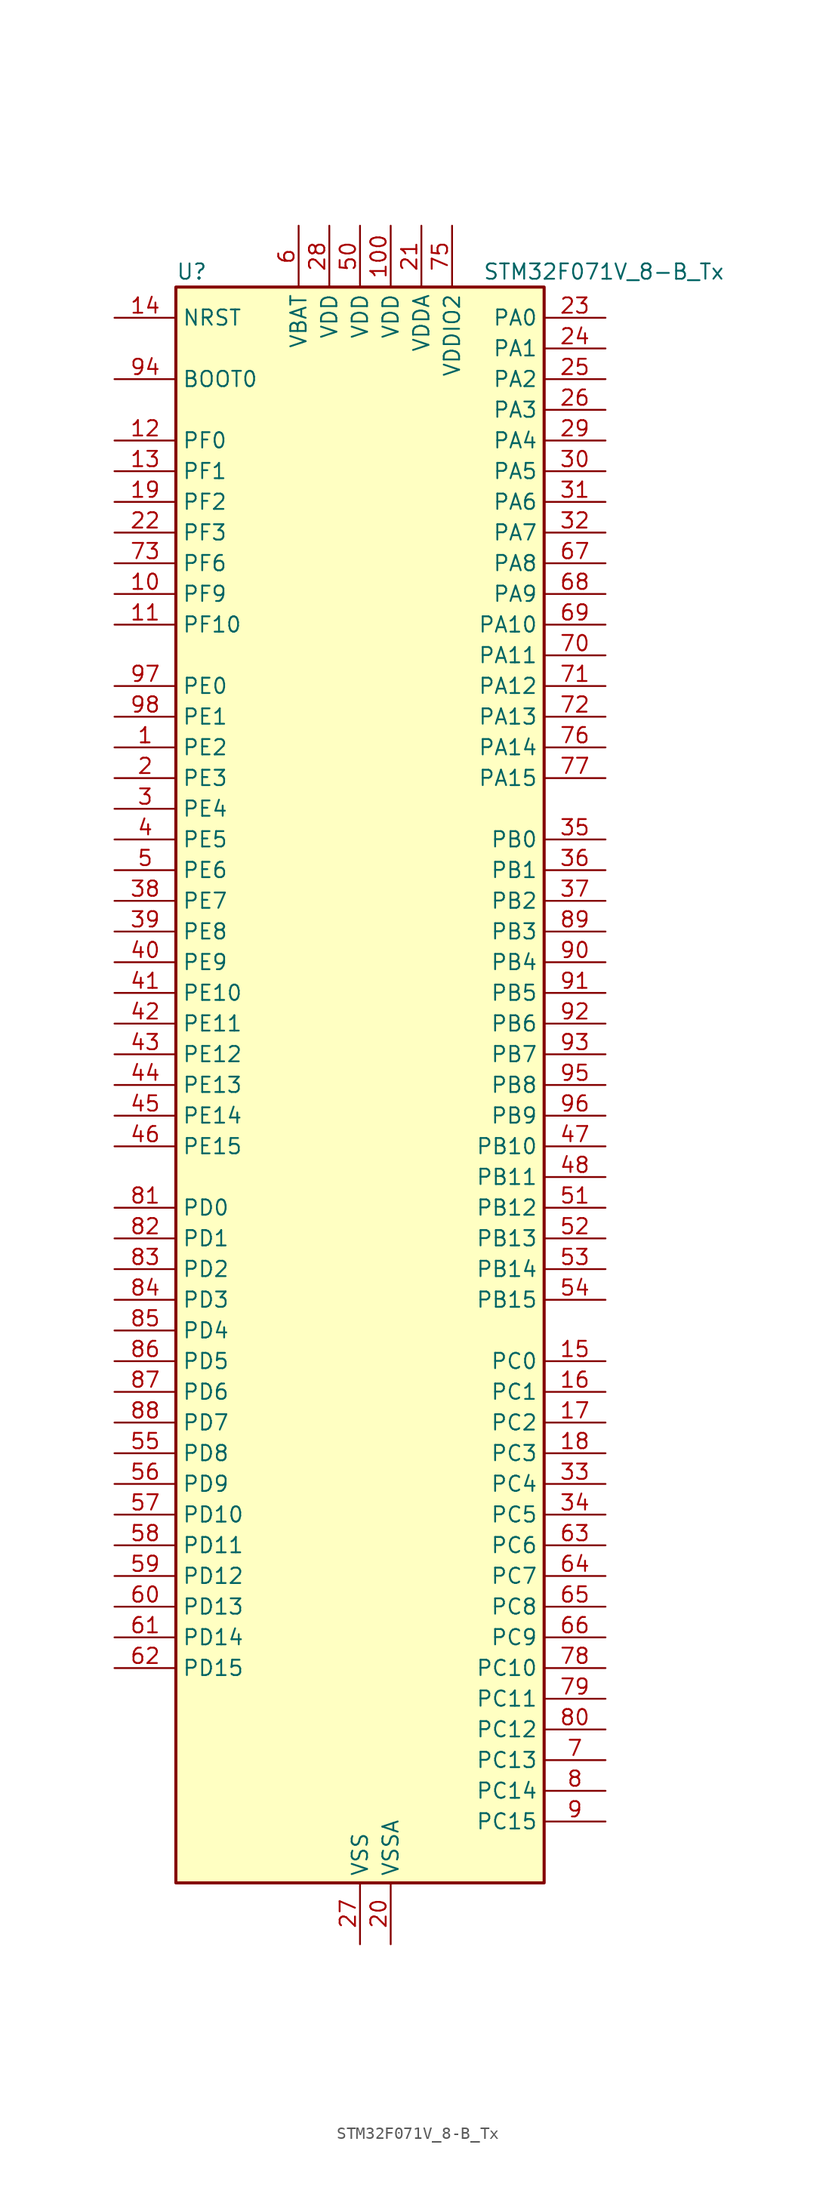
<source format=kicad_sym>
(kicad_symbol_lib
  (version 20231120)
  (generator "kicad_symbol_editor")
  (generator_version "8.0")
  (symbol "STM32F071V_8-B_Tx"
    (property "Reference" "U"
      (at -15.24 67.31 0)
      (effects (font (size 1.27 1.27)) (justify left)))
    (property "Value" "STM32F071V_8-B_Tx"
      (at 10.16 67.31 0)
      (effects (font (size 1.27 1.27)) (justify left)))
    (property "ki_locked" ""
      (at 0 0 0)
      (effects (font (size 1.27 1.27))))
    (symbol "STM32F071V_8-B_Tx_0_1"
      (rectangle (start -15.24 -66.04) (end 15.24 66.04) (stroke (width 0.254) (type default)) (fill (type background))))
    (symbol "STM32F071V_8-B_Tx_1_1"
      (pin bidirectional line (at -20.32 27.94 0) (length 5.08) (name "PE2" (effects (font (size 1.27 1.27)))) (number "1" (effects (font (size 1.27 1.27)))) (alternate "TIM3_ETR" bidirectional line) (alternate "TSC_G7_IO1" bidirectional line))
      (pin bidirectional line (at -20.32 40.64 0) (length 5.08) (name "PF9" (effects (font (size 1.27 1.27)))) (number "10" (effects (font (size 1.27 1.27)))) (alternate "DAC_EXTI9" bidirectional line) (alternate "TIM15_CH1" bidirectional line))
      (pin power_in line (at 2.54 71.12 270) (length 5.08) (name "VDD" (effects (font (size 1.27 1.27)))) (number "100" (effects (font (size 1.27 1.27)))))
      (pin bidirectional line (at -20.32 38.1 0) (length 5.08) (name "PF10" (effects (font (size 1.27 1.27)))) (number "11" (effects (font (size 1.27 1.27)))) (alternate "TIM15_CH2" bidirectional line))
      (pin bidirectional line (at -20.32 53.34 0) (length 5.08) (name "PF0" (effects (font (size 1.27 1.27)))) (number "12" (effects (font (size 1.27 1.27)))) (alternate "CRS_SYNC" bidirectional line) (alternate "RCC_OSC_IN" bidirectional line))
      (pin bidirectional line (at -20.32 50.8 0) (length 5.08) (name "PF1" (effects (font (size 1.27 1.27)))) (number "13" (effects (font (size 1.27 1.27)))) (alternate "RCC_OSC_OUT" bidirectional line))
      (pin input line (at -20.32 63.5 0) (length 5.08) (name "NRST" (effects (font (size 1.27 1.27)))) (number "14" (effects (font (size 1.27 1.27)))))
      (pin bidirectional line (at 20.32 -22.86 180) (length 5.08) (name "PC0" (effects (font (size 1.27 1.27)))) (number "15" (effects (font (size 1.27 1.27)))) (alternate "ADC_IN10" bidirectional line))
      (pin bidirectional line (at 20.32 -25.4 180) (length 5.08) (name "PC1" (effects (font (size 1.27 1.27)))) (number "16" (effects (font (size 1.27 1.27)))) (alternate "ADC_IN11" bidirectional line))
      (pin bidirectional line (at 20.32 -27.94 180) (length 5.08) (name "PC2" (effects (font (size 1.27 1.27)))) (number "17" (effects (font (size 1.27 1.27)))) (alternate "ADC_IN12" bidirectional line) (alternate "I2S2_MCK" bidirectional line) (alternate "SPI2_MISO" bidirectional line))
      (pin bidirectional line (at 20.32 -30.48 180) (length 5.08) (name "PC3" (effects (font (size 1.27 1.27)))) (number "18" (effects (font (size 1.27 1.27)))) (alternate "ADC_IN13" bidirectional line) (alternate "I2S2_SD" bidirectional line) (alternate "SPI2_MOSI" bidirectional line))
      (pin bidirectional line (at -20.32 48.26 0) (length 5.08) (name "PF2" (effects (font (size 1.27 1.27)))) (number "19" (effects (font (size 1.27 1.27)))) (alternate "SYS_WKUP8" bidirectional line))
      (pin bidirectional line (at -20.32 25.4 0) (length 5.08) (name "PE3" (effects (font (size 1.27 1.27)))) (number "2" (effects (font (size 1.27 1.27)))) (alternate "TIM3_CH1" bidirectional line) (alternate "TSC_G7_IO2" bidirectional line))
      (pin power_in line (at 2.54 -71.12 90) (length 5.08) (name "VSSA" (effects (font (size 1.27 1.27)))) (number "20" (effects (font (size 1.27 1.27)))))
      (pin power_in line (at 5.08 71.12 270) (length 5.08) (name "VDDA" (effects (font (size 1.27 1.27)))) (number "21" (effects (font (size 1.27 1.27)))))
      (pin bidirectional line (at -20.32 45.72 0) (length 5.08) (name "PF3" (effects (font (size 1.27 1.27)))) (number "22" (effects (font (size 1.27 1.27)))))
      (pin bidirectional line (at 20.32 63.5 180) (length 5.08) (name "PA0" (effects (font (size 1.27 1.27)))) (number "23" (effects (font (size 1.27 1.27)))) (alternate "ADC_IN0" bidirectional line) (alternate "COMP1_INM" bidirectional line) (alternate "COMP1_OUT" bidirectional line) (alternate "RTC_TAMP2" bidirectional line) (alternate "SYS_WKUP1" bidirectional line) (alternate "TIM2_CH1" bidirectional line) (alternate "TIM2_ETR" bidirectional line) (alternate "TSC_G1_IO1" bidirectional line) (alternate "USART2_CTS" bidirectional line) (alternate "USART4_TX" bidirectional line))
      (pin bidirectional line (at 20.32 60.96 180) (length 5.08) (name "PA1" (effects (font (size 1.27 1.27)))) (number "24" (effects (font (size 1.27 1.27)))) (alternate "ADC_IN1" bidirectional line) (alternate "COMP1_INP" bidirectional line) (alternate "TIM15_CH1N" bidirectional line) (alternate "TIM2_CH2" bidirectional line) (alternate "TSC_G1_IO2" bidirectional line) (alternate "USART2_DE" bidirectional line) (alternate "USART2_RTS" bidirectional line) (alternate "USART4_RX" bidirectional line))
      (pin bidirectional line (at 20.32 58.42 180) (length 5.08) (name "PA2" (effects (font (size 1.27 1.27)))) (number "25" (effects (font (size 1.27 1.27)))) (alternate "ADC_IN2" bidirectional line) (alternate "COMP2_INM" bidirectional line) (alternate "COMP2_OUT" bidirectional line) (alternate "SYS_WKUP4" bidirectional line) (alternate "TIM15_CH1" bidirectional line) (alternate "TIM2_CH3" bidirectional line) (alternate "TSC_G1_IO3" bidirectional line) (alternate "USART2_TX" bidirectional line))
      (pin bidirectional line (at 20.32 55.88 180) (length 5.08) (name "PA3" (effects (font (size 1.27 1.27)))) (number "26" (effects (font (size 1.27 1.27)))) (alternate "ADC_IN3" bidirectional line) (alternate "COMP2_INP" bidirectional line) (alternate "TIM15_CH2" bidirectional line) (alternate "TIM2_CH4" bidirectional line) (alternate "TSC_G1_IO4" bidirectional line) (alternate "USART2_RX" bidirectional line))
      (pin power_in line (at 0 -71.12 90) (length 5.08) (name "VSS" (effects (font (size 1.27 1.27)))) (number "27" (effects (font (size 1.27 1.27)))))
      (pin power_in line (at -2.54 71.12 270) (length 5.08) (name "VDD" (effects (font (size 1.27 1.27)))) (number "28" (effects (font (size 1.27 1.27)))))
      (pin bidirectional line (at 20.32 53.34 180) (length 5.08) (name "PA4" (effects (font (size 1.27 1.27)))) (number "29" (effects (font (size 1.27 1.27)))) (alternate "ADC_IN4" bidirectional line) (alternate "COMP1_INM" bidirectional line) (alternate "COMP2_INM" bidirectional line) (alternate "DAC_OUT1" bidirectional line) (alternate "I2S1_WS" bidirectional line) (alternate "SPI1_NSS" bidirectional line) (alternate "TIM14_CH1" bidirectional line) (alternate "TSC_G2_IO1" bidirectional line) (alternate "USART2_CK" bidirectional line))
      (pin bidirectional line (at -20.32 22.86 0) (length 5.08) (name "PE4" (effects (font (size 1.27 1.27)))) (number "3" (effects (font (size 1.27 1.27)))) (alternate "TIM3_CH2" bidirectional line) (alternate "TSC_G7_IO3" bidirectional line))
      (pin bidirectional line (at 20.32 50.8 180) (length 5.08) (name "PA5" (effects (font (size 1.27 1.27)))) (number "30" (effects (font (size 1.27 1.27)))) (alternate "ADC_IN5" bidirectional line) (alternate "CEC" bidirectional line) (alternate "COMP1_INM" bidirectional line) (alternate "COMP2_INM" bidirectional line) (alternate "DAC_OUT2" bidirectional line) (alternate "I2S1_CK" bidirectional line) (alternate "SPI1_SCK" bidirectional line) (alternate "TIM2_CH1" bidirectional line) (alternate "TIM2_ETR" bidirectional line) (alternate "TSC_G2_IO2" bidirectional line))
      (pin bidirectional line (at 20.32 48.26 180) (length 5.08) (name "PA6" (effects (font (size 1.27 1.27)))) (number "31" (effects (font (size 1.27 1.27)))) (alternate "ADC_IN6" bidirectional line) (alternate "COMP1_OUT" bidirectional line) (alternate "I2S1_MCK" bidirectional line) (alternate "SPI1_MISO" bidirectional line) (alternate "TIM16_CH1" bidirectional line) (alternate "TIM1_BKIN" bidirectional line) (alternate "TIM3_CH1" bidirectional line) (alternate "TSC_G2_IO3" bidirectional line) (alternate "USART3_CTS" bidirectional line))
      (pin bidirectional line (at 20.32 45.72 180) (length 5.08) (name "PA7" (effects (font (size 1.27 1.27)))) (number "32" (effects (font (size 1.27 1.27)))) (alternate "ADC_IN7" bidirectional line) (alternate "COMP2_OUT" bidirectional line) (alternate "I2S1_SD" bidirectional line) (alternate "SPI1_MOSI" bidirectional line) (alternate "TIM14_CH1" bidirectional line) (alternate "TIM17_CH1" bidirectional line) (alternate "TIM1_CH1N" bidirectional line) (alternate "TIM3_CH2" bidirectional line) (alternate "TSC_G2_IO4" bidirectional line))
      (pin bidirectional line (at 20.32 -33.02 180) (length 5.08) (name "PC4" (effects (font (size 1.27 1.27)))) (number "33" (effects (font (size 1.27 1.27)))) (alternate "ADC_IN14" bidirectional line) (alternate "USART3_TX" bidirectional line))
      (pin bidirectional line (at 20.32 -35.56 180) (length 5.08) (name "PC5" (effects (font (size 1.27 1.27)))) (number "34" (effects (font (size 1.27 1.27)))) (alternate "ADC_IN15" bidirectional line) (alternate "SYS_WKUP5" bidirectional line) (alternate "TSC_G3_IO1" bidirectional line) (alternate "USART3_RX" bidirectional line))
      (pin bidirectional line (at 20.32 20.32 180) (length 5.08) (name "PB0" (effects (font (size 1.27 1.27)))) (number "35" (effects (font (size 1.27 1.27)))) (alternate "ADC_IN8" bidirectional line) (alternate "TIM1_CH2N" bidirectional line) (alternate "TIM3_CH3" bidirectional line) (alternate "TSC_G3_IO2" bidirectional line) (alternate "USART3_CK" bidirectional line))
      (pin bidirectional line (at 20.32 17.78 180) (length 5.08) (name "PB1" (effects (font (size 1.27 1.27)))) (number "36" (effects (font (size 1.27 1.27)))) (alternate "ADC_IN9" bidirectional line) (alternate "TIM14_CH1" bidirectional line) (alternate "TIM1_CH3N" bidirectional line) (alternate "TIM3_CH4" bidirectional line) (alternate "TSC_G3_IO3" bidirectional line) (alternate "USART3_DE" bidirectional line) (alternate "USART3_RTS" bidirectional line))
      (pin bidirectional line (at 20.32 15.24 180) (length 5.08) (name "PB2" (effects (font (size 1.27 1.27)))) (number "37" (effects (font (size 1.27 1.27)))) (alternate "TSC_G3_IO4" bidirectional line))
      (pin bidirectional line (at -20.32 15.24 0) (length 5.08) (name "PE7" (effects (font (size 1.27 1.27)))) (number "38" (effects (font (size 1.27 1.27)))) (alternate "TIM1_ETR" bidirectional line))
      (pin bidirectional line (at -20.32 12.7 0) (length 5.08) (name "PE8" (effects (font (size 1.27 1.27)))) (number "39" (effects (font (size 1.27 1.27)))) (alternate "TIM1_CH1N" bidirectional line))
      (pin bidirectional line (at -20.32 20.32 0) (length 5.08) (name "PE5" (effects (font (size 1.27 1.27)))) (number "4" (effects (font (size 1.27 1.27)))) (alternate "TIM3_CH3" bidirectional line) (alternate "TSC_G7_IO4" bidirectional line))
      (pin bidirectional line (at -20.32 10.16 0) (length 5.08) (name "PE9" (effects (font (size 1.27 1.27)))) (number "40" (effects (font (size 1.27 1.27)))) (alternate "DAC_EXTI9" bidirectional line) (alternate "TIM1_CH1" bidirectional line))
      (pin bidirectional line (at -20.32 7.62 0) (length 5.08) (name "PE10" (effects (font (size 1.27 1.27)))) (number "41" (effects (font (size 1.27 1.27)))) (alternate "TIM1_CH2N" bidirectional line))
      (pin bidirectional line (at -20.32 5.08 0) (length 5.08) (name "PE11" (effects (font (size 1.27 1.27)))) (number "42" (effects (font (size 1.27 1.27)))) (alternate "TIM1_CH2" bidirectional line))
      (pin bidirectional line (at -20.32 2.54 0) (length 5.08) (name "PE12" (effects (font (size 1.27 1.27)))) (number "43" (effects (font (size 1.27 1.27)))) (alternate "I2S1_WS" bidirectional line) (alternate "SPI1_NSS" bidirectional line) (alternate "TIM1_CH3N" bidirectional line))
      (pin bidirectional line (at -20.32 0 0) (length 5.08) (name "PE13" (effects (font (size 1.27 1.27)))) (number "44" (effects (font (size 1.27 1.27)))) (alternate "I2S1_CK" bidirectional line) (alternate "SPI1_SCK" bidirectional line) (alternate "TIM1_CH3" bidirectional line))
      (pin bidirectional line (at -20.32 -2.54 0) (length 5.08) (name "PE14" (effects (font (size 1.27 1.27)))) (number "45" (effects (font (size 1.27 1.27)))) (alternate "I2S1_MCK" bidirectional line) (alternate "SPI1_MISO" bidirectional line) (alternate "TIM1_CH4" bidirectional line))
      (pin bidirectional line (at -20.32 -5.08 0) (length 5.08) (name "PE15" (effects (font (size 1.27 1.27)))) (number "46" (effects (font (size 1.27 1.27)))) (alternate "I2S1_SD" bidirectional line) (alternate "SPI1_MOSI" bidirectional line) (alternate "TIM1_BKIN" bidirectional line))
      (pin bidirectional line (at 20.32 -5.08 180) (length 5.08) (name "PB10" (effects (font (size 1.27 1.27)))) (number "47" (effects (font (size 1.27 1.27)))) (alternate "CEC" bidirectional line) (alternate "I2C2_SCL" bidirectional line) (alternate "I2S2_CK" bidirectional line) (alternate "SPI2_SCK" bidirectional line) (alternate "TIM2_CH3" bidirectional line) (alternate "TSC_SYNC" bidirectional line) (alternate "USART3_TX" bidirectional line))
      (pin bidirectional line (at 20.32 -7.62 180) (length 5.08) (name "PB11" (effects (font (size 1.27 1.27)))) (number "48" (effects (font (size 1.27 1.27)))) (alternate "I2C2_SDA" bidirectional line) (alternate "TIM2_CH4" bidirectional line) (alternate "TSC_G6_IO1" bidirectional line) (alternate "USART3_RX" bidirectional line))
      (pin passive line (at 0 -71.12 90) (length 5.08) hide (name "VSS" (effects (font (size 1.27 1.27)))) (number "49" (effects (font (size 1.27 1.27)))))
      (pin bidirectional line (at -20.32 17.78 0) (length 5.08) (name "PE6" (effects (font (size 1.27 1.27)))) (number "5" (effects (font (size 1.27 1.27)))) (alternate "RTC_TAMP3" bidirectional line) (alternate "SYS_WKUP3" bidirectional line) (alternate "TIM3_CH4" bidirectional line))
      (pin power_in line (at 0 71.12 270) (length 5.08) (name "VDD" (effects (font (size 1.27 1.27)))) (number "50" (effects (font (size 1.27 1.27)))))
      (pin bidirectional line (at 20.32 -10.16 180) (length 5.08) (name "PB12" (effects (font (size 1.27 1.27)))) (number "51" (effects (font (size 1.27 1.27)))) (alternate "I2S2_WS" bidirectional line) (alternate "SPI2_NSS" bidirectional line) (alternate "TIM15_BKIN" bidirectional line) (alternate "TIM1_BKIN" bidirectional line) (alternate "TSC_G6_IO2" bidirectional line) (alternate "USART3_CK" bidirectional line))
      (pin bidirectional line (at 20.32 -12.7 180) (length 5.08) (name "PB13" (effects (font (size 1.27 1.27)))) (number "52" (effects (font (size 1.27 1.27)))) (alternate "I2C2_SCL" bidirectional line) (alternate "I2S2_CK" bidirectional line) (alternate "SPI2_SCK" bidirectional line) (alternate "TIM1_CH1N" bidirectional line) (alternate "TSC_G6_IO3" bidirectional line) (alternate "USART3_CTS" bidirectional line))
      (pin bidirectional line (at 20.32 -15.24 180) (length 5.08) (name "PB14" (effects (font (size 1.27 1.27)))) (number "53" (effects (font (size 1.27 1.27)))) (alternate "I2C2_SDA" bidirectional line) (alternate "I2S2_MCK" bidirectional line) (alternate "SPI2_MISO" bidirectional line) (alternate "TIM15_CH1" bidirectional line) (alternate "TIM1_CH2N" bidirectional line) (alternate "TSC_G6_IO4" bidirectional line) (alternate "USART3_DE" bidirectional line) (alternate "USART3_RTS" bidirectional line))
      (pin bidirectional line (at 20.32 -17.78 180) (length 5.08) (name "PB15" (effects (font (size 1.27 1.27)))) (number "54" (effects (font (size 1.27 1.27)))) (alternate "I2S2_SD" bidirectional line) (alternate "RTC_REFIN" bidirectional line) (alternate "SPI2_MOSI" bidirectional line) (alternate "SYS_WKUP7" bidirectional line) (alternate "TIM15_CH1N" bidirectional line) (alternate "TIM15_CH2" bidirectional line) (alternate "TIM1_CH3N" bidirectional line))
      (pin bidirectional line (at -20.32 -30.48 0) (length 5.08) (name "PD8" (effects (font (size 1.27 1.27)))) (number "55" (effects (font (size 1.27 1.27)))) (alternate "USART3_TX" bidirectional line))
      (pin bidirectional line (at -20.32 -33.02 0) (length 5.08) (name "PD9" (effects (font (size 1.27 1.27)))) (number "56" (effects (font (size 1.27 1.27)))) (alternate "DAC_EXTI9" bidirectional line) (alternate "USART3_RX" bidirectional line))
      (pin bidirectional line (at -20.32 -35.56 0) (length 5.08) (name "PD10" (effects (font (size 1.27 1.27)))) (number "57" (effects (font (size 1.27 1.27)))) (alternate "USART3_CK" bidirectional line))
      (pin bidirectional line (at -20.32 -38.1 0) (length 5.08) (name "PD11" (effects (font (size 1.27 1.27)))) (number "58" (effects (font (size 1.27 1.27)))) (alternate "USART3_CTS" bidirectional line))
      (pin bidirectional line (at -20.32 -40.64 0) (length 5.08) (name "PD12" (effects (font (size 1.27 1.27)))) (number "59" (effects (font (size 1.27 1.27)))) (alternate "TSC_G8_IO1" bidirectional line) (alternate "USART3_DE" bidirectional line) (alternate "USART3_RTS" bidirectional line))
      (pin power_in line (at -5.08 71.12 270) (length 5.08) (name "VBAT" (effects (font (size 1.27 1.27)))) (number "6" (effects (font (size 1.27 1.27)))))
      (pin bidirectional line (at -20.32 -43.18 0) (length 5.08) (name "PD13" (effects (font (size 1.27 1.27)))) (number "60" (effects (font (size 1.27 1.27)))) (alternate "TSC_G8_IO2" bidirectional line))
      (pin bidirectional line (at -20.32 -45.72 0) (length 5.08) (name "PD14" (effects (font (size 1.27 1.27)))) (number "61" (effects (font (size 1.27 1.27)))) (alternate "TSC_G8_IO3" bidirectional line))
      (pin bidirectional line (at -20.32 -48.26 0) (length 5.08) (name "PD15" (effects (font (size 1.27 1.27)))) (number "62" (effects (font (size 1.27 1.27)))) (alternate "CRS_SYNC" bidirectional line) (alternate "TSC_G8_IO4" bidirectional line))
      (pin bidirectional line (at 20.32 -38.1 180) (length 5.08) (name "PC6" (effects (font (size 1.27 1.27)))) (number "63" (effects (font (size 1.27 1.27)))) (alternate "TIM3_CH1" bidirectional line))
      (pin bidirectional line (at 20.32 -40.64 180) (length 5.08) (name "PC7" (effects (font (size 1.27 1.27)))) (number "64" (effects (font (size 1.27 1.27)))) (alternate "TIM3_CH2" bidirectional line))
      (pin bidirectional line (at 20.32 -43.18 180) (length 5.08) (name "PC8" (effects (font (size 1.27 1.27)))) (number "65" (effects (font (size 1.27 1.27)))) (alternate "TIM3_CH3" bidirectional line))
      (pin bidirectional line (at 20.32 -45.72 180) (length 5.08) (name "PC9" (effects (font (size 1.27 1.27)))) (number "66" (effects (font (size 1.27 1.27)))) (alternate "DAC_EXTI9" bidirectional line) (alternate "TIM3_CH4" bidirectional line))
      (pin bidirectional line (at 20.32 43.18 180) (length 5.08) (name "PA8" (effects (font (size 1.27 1.27)))) (number "67" (effects (font (size 1.27 1.27)))) (alternate "CRS_SYNC" bidirectional line) (alternate "RCC_MCO" bidirectional line) (alternate "TIM1_CH1" bidirectional line) (alternate "USART1_CK" bidirectional line))
      (pin bidirectional line (at 20.32 40.64 180) (length 5.08) (name "PA9" (effects (font (size 1.27 1.27)))) (number "68" (effects (font (size 1.27 1.27)))) (alternate "DAC_EXTI9" bidirectional line) (alternate "TIM15_BKIN" bidirectional line) (alternate "TIM1_CH2" bidirectional line) (alternate "TSC_G4_IO1" bidirectional line) (alternate "USART1_TX" bidirectional line))
      (pin bidirectional line (at 20.32 38.1 180) (length 5.08) (name "PA10" (effects (font (size 1.27 1.27)))) (number "69" (effects (font (size 1.27 1.27)))) (alternate "TIM17_BKIN" bidirectional line) (alternate "TIM1_CH3" bidirectional line) (alternate "TSC_G4_IO2" bidirectional line) (alternate "USART1_RX" bidirectional line))
      (pin bidirectional line (at 20.32 -55.88 180) (length 5.08) (name "PC13" (effects (font (size 1.27 1.27)))) (number "7" (effects (font (size 1.27 1.27)))) (alternate "RTC_OUT_ALARM" bidirectional line) (alternate "RTC_OUT_CALIB" bidirectional line) (alternate "RTC_TAMP1" bidirectional line) (alternate "RTC_TS" bidirectional line) (alternate "SYS_WKUP2" bidirectional line))
      (pin bidirectional line (at 20.32 35.56 180) (length 5.08) (name "PA11" (effects (font (size 1.27 1.27)))) (number "70" (effects (font (size 1.27 1.27)))) (alternate "COMP1_OUT" bidirectional line) (alternate "TIM1_CH4" bidirectional line) (alternate "TSC_G4_IO3" bidirectional line) (alternate "USART1_CTS" bidirectional line))
      (pin bidirectional line (at 20.32 33.02 180) (length 5.08) (name "PA12" (effects (font (size 1.27 1.27)))) (number "71" (effects (font (size 1.27 1.27)))) (alternate "COMP2_OUT" bidirectional line) (alternate "TIM1_ETR" bidirectional line) (alternate "TSC_G4_IO4" bidirectional line) (alternate "USART1_DE" bidirectional line) (alternate "USART1_RTS" bidirectional line))
      (pin bidirectional line (at 20.32 30.48 180) (length 5.08) (name "PA13" (effects (font (size 1.27 1.27)))) (number "72" (effects (font (size 1.27 1.27)))) (alternate "IR_OUT" bidirectional line) (alternate "SYS_SWDIO" bidirectional line))
      (pin bidirectional line (at -20.32 43.18 0) (length 5.08) (name "PF6" (effects (font (size 1.27 1.27)))) (number "73" (effects (font (size 1.27 1.27)))))
      (pin passive line (at 0 -71.12 90) (length 5.08) hide (name "VSS" (effects (font (size 1.27 1.27)))) (number "74" (effects (font (size 1.27 1.27)))))
      (pin power_in line (at 7.62 71.12 270) (length 5.08) (name "VDDIO2" (effects (font (size 1.27 1.27)))) (number "75" (effects (font (size 1.27 1.27)))))
      (pin bidirectional line (at 20.32 27.94 180) (length 5.08) (name "PA14" (effects (font (size 1.27 1.27)))) (number "76" (effects (font (size 1.27 1.27)))) (alternate "SYS_SWCLK" bidirectional line) (alternate "USART2_TX" bidirectional line))
      (pin bidirectional line (at 20.32 25.4 180) (length 5.08) (name "PA15" (effects (font (size 1.27 1.27)))) (number "77" (effects (font (size 1.27 1.27)))) (alternate "I2S1_WS" bidirectional line) (alternate "SPI1_NSS" bidirectional line) (alternate "TIM2_CH1" bidirectional line) (alternate "TIM2_ETR" bidirectional line) (alternate "USART2_RX" bidirectional line) (alternate "USART4_DE" bidirectional line) (alternate "USART4_RTS" bidirectional line))
      (pin bidirectional line (at 20.32 -48.26 180) (length 5.08) (name "PC10" (effects (font (size 1.27 1.27)))) (number "78" (effects (font (size 1.27 1.27)))) (alternate "USART3_TX" bidirectional line) (alternate "USART4_TX" bidirectional line))
      (pin bidirectional line (at 20.32 -50.8 180) (length 5.08) (name "PC11" (effects (font (size 1.27 1.27)))) (number "79" (effects (font (size 1.27 1.27)))) (alternate "USART3_RX" bidirectional line) (alternate "USART4_RX" bidirectional line))
      (pin bidirectional line (at 20.32 -58.42 180) (length 5.08) (name "PC14" (effects (font (size 1.27 1.27)))) (number "8" (effects (font (size 1.27 1.27)))) (alternate "RCC_OSC32_IN" bidirectional line))
      (pin bidirectional line (at 20.32 -53.34 180) (length 5.08) (name "PC12" (effects (font (size 1.27 1.27)))) (number "80" (effects (font (size 1.27 1.27)))) (alternate "USART3_CK" bidirectional line) (alternate "USART4_CK" bidirectional line))
      (pin bidirectional line (at -20.32 -10.16 0) (length 5.08) (name "PD0" (effects (font (size 1.27 1.27)))) (number "81" (effects (font (size 1.27 1.27)))) (alternate "I2S2_WS" bidirectional line) (alternate "SPI2_NSS" bidirectional line))
      (pin bidirectional line (at -20.32 -12.7 0) (length 5.08) (name "PD1" (effects (font (size 1.27 1.27)))) (number "82" (effects (font (size 1.27 1.27)))) (alternate "I2S2_CK" bidirectional line) (alternate "SPI2_SCK" bidirectional line))
      (pin bidirectional line (at -20.32 -15.24 0) (length 5.08) (name "PD2" (effects (font (size 1.27 1.27)))) (number "83" (effects (font (size 1.27 1.27)))) (alternate "TIM3_ETR" bidirectional line) (alternate "USART3_DE" bidirectional line) (alternate "USART3_RTS" bidirectional line))
      (pin bidirectional line (at -20.32 -17.78 0) (length 5.08) (name "PD3" (effects (font (size 1.27 1.27)))) (number "84" (effects (font (size 1.27 1.27)))) (alternate "I2S2_MCK" bidirectional line) (alternate "SPI2_MISO" bidirectional line) (alternate "USART2_CTS" bidirectional line))
      (pin bidirectional line (at -20.32 -20.32 0) (length 5.08) (name "PD4" (effects (font (size 1.27 1.27)))) (number "85" (effects (font (size 1.27 1.27)))) (alternate "I2S2_SD" bidirectional line) (alternate "SPI2_MOSI" bidirectional line) (alternate "USART2_DE" bidirectional line) (alternate "USART2_RTS" bidirectional line))
      (pin bidirectional line (at -20.32 -22.86 0) (length 5.08) (name "PD5" (effects (font (size 1.27 1.27)))) (number "86" (effects (font (size 1.27 1.27)))) (alternate "USART2_TX" bidirectional line))
      (pin bidirectional line (at -20.32 -25.4 0) (length 5.08) (name "PD6" (effects (font (size 1.27 1.27)))) (number "87" (effects (font (size 1.27 1.27)))) (alternate "USART2_RX" bidirectional line))
      (pin bidirectional line (at -20.32 -27.94 0) (length 5.08) (name "PD7" (effects (font (size 1.27 1.27)))) (number "88" (effects (font (size 1.27 1.27)))) (alternate "USART2_CK" bidirectional line))
      (pin bidirectional line (at 20.32 12.7 180) (length 5.08) (name "PB3" (effects (font (size 1.27 1.27)))) (number "89" (effects (font (size 1.27 1.27)))) (alternate "I2S1_CK" bidirectional line) (alternate "SPI1_SCK" bidirectional line) (alternate "TIM2_CH2" bidirectional line) (alternate "TSC_G5_IO1" bidirectional line))
      (pin bidirectional line (at 20.32 -60.96 180) (length 5.08) (name "PC15" (effects (font (size 1.27 1.27)))) (number "9" (effects (font (size 1.27 1.27)))) (alternate "RCC_OSC32_OUT" bidirectional line))
      (pin bidirectional line (at 20.32 10.16 180) (length 5.08) (name "PB4" (effects (font (size 1.27 1.27)))) (number "90" (effects (font (size 1.27 1.27)))) (alternate "I2S1_MCK" bidirectional line) (alternate "SPI1_MISO" bidirectional line) (alternate "TIM17_BKIN" bidirectional line) (alternate "TIM3_CH1" bidirectional line) (alternate "TSC_G5_IO2" bidirectional line))
      (pin bidirectional line (at 20.32 7.62 180) (length 5.08) (name "PB5" (effects (font (size 1.27 1.27)))) (number "91" (effects (font (size 1.27 1.27)))) (alternate "I2C1_SMBA" bidirectional line) (alternate "I2S1_SD" bidirectional line) (alternate "SPI1_MOSI" bidirectional line) (alternate "SYS_WKUP6" bidirectional line) (alternate "TIM16_BKIN" bidirectional line) (alternate "TIM3_CH2" bidirectional line))
      (pin bidirectional line (at 20.32 5.08 180) (length 5.08) (name "PB6" (effects (font (size 1.27 1.27)))) (number "92" (effects (font (size 1.27 1.27)))) (alternate "I2C1_SCL" bidirectional line) (alternate "TIM16_CH1N" bidirectional line) (alternate "TSC_G5_IO3" bidirectional line) (alternate "USART1_TX" bidirectional line))
      (pin bidirectional line (at 20.32 2.54 180) (length 5.08) (name "PB7" (effects (font (size 1.27 1.27)))) (number "93" (effects (font (size 1.27 1.27)))) (alternate "I2C1_SDA" bidirectional line) (alternate "TIM17_CH1N" bidirectional line) (alternate "TSC_G5_IO4" bidirectional line) (alternate "USART1_RX" bidirectional line) (alternate "USART4_CTS" bidirectional line))
      (pin input line (at -20.32 58.42 0) (length 5.08) (name "BOOT0" (effects (font (size 1.27 1.27)))) (number "94" (effects (font (size 1.27 1.27)))))
      (pin bidirectional line (at 20.32 0 180) (length 5.08) (name "PB8" (effects (font (size 1.27 1.27)))) (number "95" (effects (font (size 1.27 1.27)))) (alternate "CEC" bidirectional line) (alternate "I2C1_SCL" bidirectional line) (alternate "TIM16_CH1" bidirectional line) (alternate "TSC_SYNC" bidirectional line))
      (pin bidirectional line (at 20.32 -2.54 180) (length 5.08) (name "PB9" (effects (font (size 1.27 1.27)))) (number "96" (effects (font (size 1.27 1.27)))) (alternate "DAC_EXTI9" bidirectional line) (alternate "I2C1_SDA" bidirectional line) (alternate "I2S2_WS" bidirectional line) (alternate "IR_OUT" bidirectional line) (alternate "SPI2_NSS" bidirectional line) (alternate "TIM17_CH1" bidirectional line))
      (pin bidirectional line (at -20.32 33.02 0) (length 5.08) (name "PE0" (effects (font (size 1.27 1.27)))) (number "97" (effects (font (size 1.27 1.27)))) (alternate "TIM16_CH1" bidirectional line))
      (pin bidirectional line (at -20.32 30.48 0) (length 5.08) (name "PE1" (effects (font (size 1.27 1.27)))) (number "98" (effects (font (size 1.27 1.27)))) (alternate "TIM17_CH1" bidirectional line))
      (pin passive line (at 0 -71.12 90) (length 5.08) hide (name "VSS" (effects (font (size 1.27 1.27)))) (number "99" (effects (font (size 1.27 1.27))))))))
</source>
